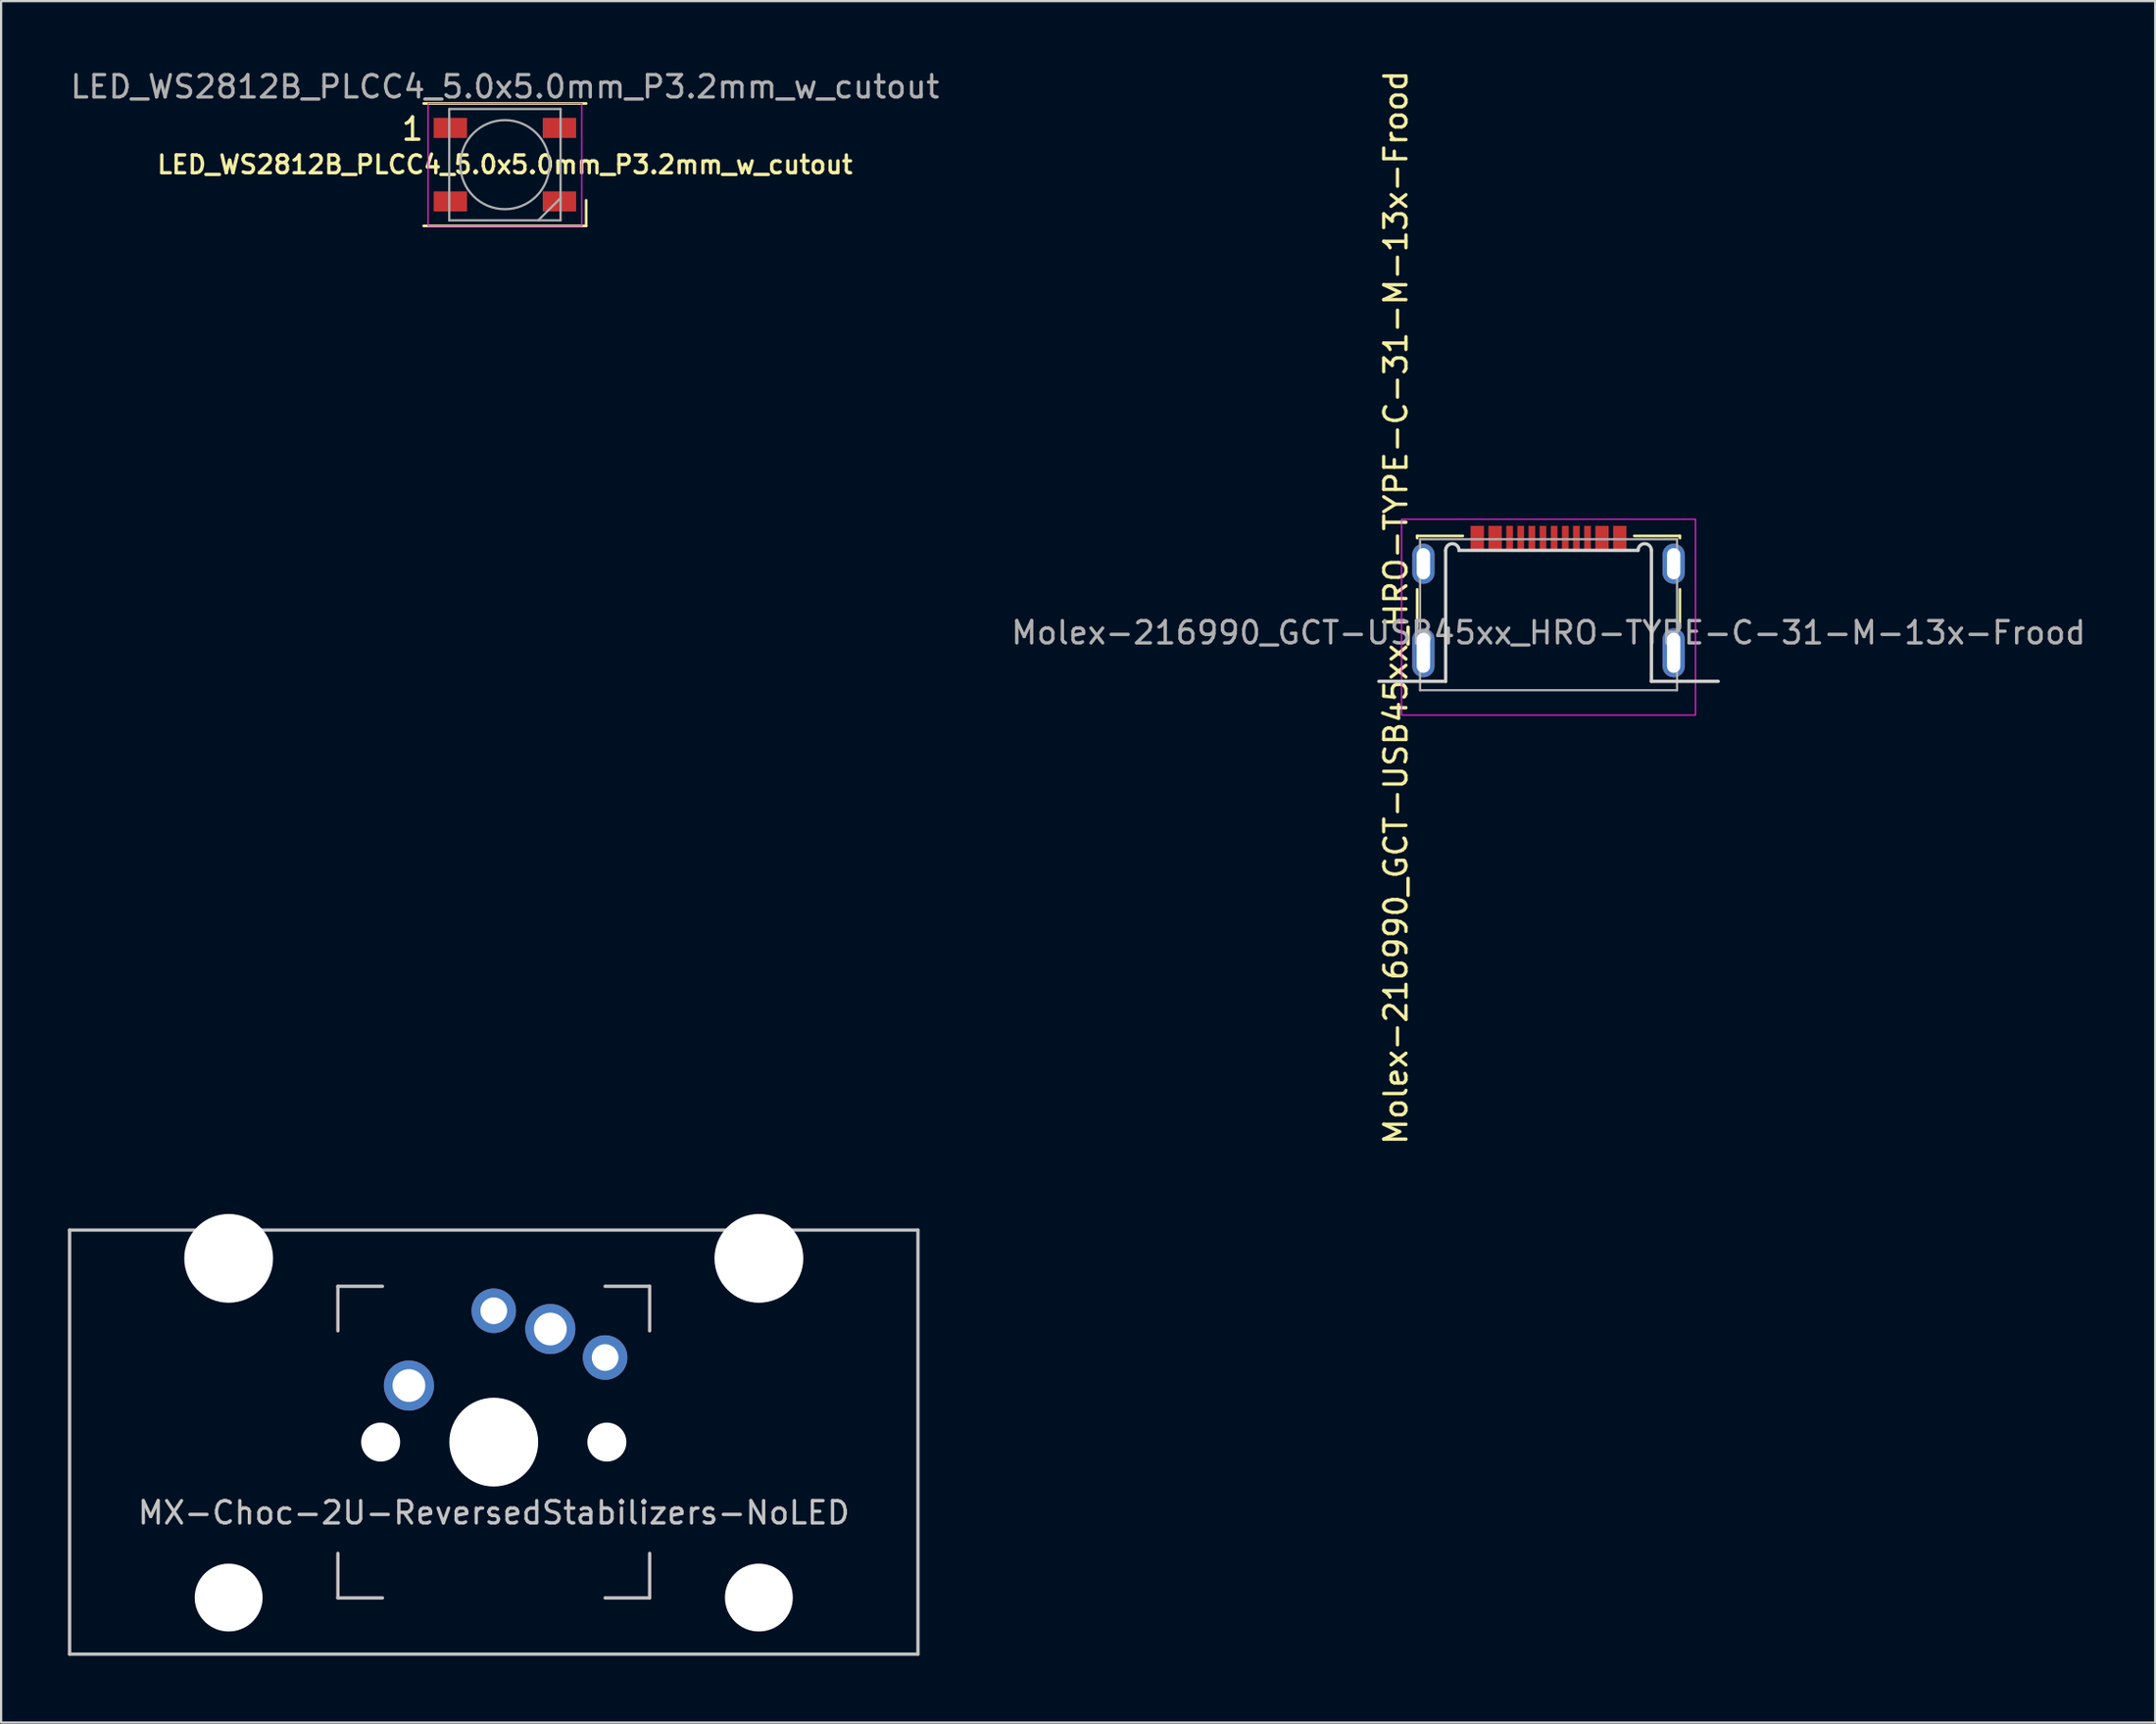
<source format=kicad_pcb>
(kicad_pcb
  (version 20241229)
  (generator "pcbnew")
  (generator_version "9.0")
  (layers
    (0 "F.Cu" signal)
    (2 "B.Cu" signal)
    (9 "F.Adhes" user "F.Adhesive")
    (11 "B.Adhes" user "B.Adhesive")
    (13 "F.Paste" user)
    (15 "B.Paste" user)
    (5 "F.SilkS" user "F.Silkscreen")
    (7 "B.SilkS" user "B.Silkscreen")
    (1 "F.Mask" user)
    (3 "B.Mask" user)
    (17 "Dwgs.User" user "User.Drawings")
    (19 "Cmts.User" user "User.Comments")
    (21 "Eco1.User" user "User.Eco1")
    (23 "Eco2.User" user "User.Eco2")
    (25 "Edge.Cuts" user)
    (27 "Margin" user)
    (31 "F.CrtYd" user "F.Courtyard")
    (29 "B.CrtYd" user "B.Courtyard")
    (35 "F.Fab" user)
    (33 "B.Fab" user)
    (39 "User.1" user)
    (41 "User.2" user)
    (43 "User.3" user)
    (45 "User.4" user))
  (footprint "MX-Choc-2U-ReversedStabilizers-NoLED"
    (layer "F.Cu")
    (at 19.125 61.737)
    (property "Reference" "MX-Choc-2U-ReversedStabilizers-NoLED" (at 0 3.175 0) (layer "Dwgs.User") (effects (font (size 1 1) (thickness 0.15))))
    (attr through_hole)
    (fp_line (start -19.05 -9.525) (end 19.05 -9.525) (stroke (width 0.15) (type solid)) (layer "Dwgs.User"))
    (fp_line (start -19.05 9.525) (end -19.05 -9.525) (stroke (width 0.15) (type solid)) (layer "Dwgs.User"))
    (fp_line (start -19.05 9.525) (end 19.05 9.525) (stroke (width 0.15) (type solid)) (layer "Dwgs.User"))
    (fp_line (start -7 -7) (end -7 -5) (stroke (width 0.15) (type solid)) (layer "Dwgs.User"))
    (fp_line (start -7 5) (end -7 7) (stroke (width 0.15) (type solid)) (layer "Dwgs.User"))
    (fp_line (start -7 7) (end -5 7) (stroke (width 0.15) (type solid)) (layer "Dwgs.User"))
    (fp_line (start -5 -7) (end -7 -7) (stroke (width 0.15) (type solid)) (layer "Dwgs.User"))
    (fp_line (start 5 -7) (end 7 -7) (stroke (width 0.15) (type solid)) (layer "Dwgs.User"))
    (fp_line (start 5 7) (end 7 7) (stroke (width 0.15) (type solid)) (layer "Dwgs.User"))
    (fp_line (start 7 -7) (end 7 -5) (stroke (width 0.15) (type solid)) (layer "Dwgs.User"))
    (fp_line (start 7 7) (end 7 5) (stroke (width 0.15) (type solid)) (layer "Dwgs.User"))
    (fp_line (start 19.05 -9.525) (end 19.05 9.525) (stroke (width 0.15) (type solid)) (layer "Dwgs.User"))
    (pad "" np_thru_hole circle (at -11.906 -8.255) (size 3.988 3.988) (drill 3.988) (layers "*.Cu" "*.Mask"))
    (pad "" np_thru_hole circle (at -11.906 6.985) (size 3.048 3.048) (drill 3.048) (layers "*.Cu" "*.Mask"))
    (pad "" np_thru_hole circle (at -5.08 0 48.1) (size 1.75 1.75) (drill 1.75) (layers "*.Cu" "*.Mask"))
    (pad "" np_thru_hole circle (at 0 0) (size 3.988 3.988) (drill 3.988) (layers "*.Cu" "*.Mask"))
    (pad "" np_thru_hole circle (at 5.08 0 48.1) (size 1.75 1.75) (drill 1.75) (layers "*.Cu" "*.Mask"))
    (pad "" np_thru_hole circle (at 11.906 -8.255) (size 3.988 3.988) (drill 3.988) (layers "*.Cu" "*.Mask"))
    (pad "" np_thru_hole circle (at 11.906 6.985) (size 3.048 3.048) (drill 3.048) (layers "*.Cu" "*.Mask"))
    (pad "1" thru_hole circle (at -3.81 -2.54) (size 2.25 2.25) (drill 1.47) (layers "*.Cu" "B.Mask"))
    (pad "1" thru_hole circle (at 0 -5.9) (size 2 2) (drill 1.2) (layers "*.Cu" "*.Mask"))
    (pad "2" thru_hole circle (at 2.54 -5.08) (size 2.25 2.25) (drill 1.47) (layers "*.Cu" "B.Mask"))
    (pad "2" thru_hole circle (at 5 -3.8) (size 2 2) (drill 1.2) (layers "*.Cu" "*.Mask")))
  (footprint "Molex-216990_GCT-USB45xx_HRO-TYPE-C-31-M-13x-Frood"
    (layer "F.Cu")
    (at 66.494 23.759)
    (property "Reference" "Molex-216990_GCT-USB45xx_HRO-TYPE-C-31-M-13x-Frood" (at -6.858 0.485 90) (unlocked yes) (layer "F.SilkS") (effects (font (size 1 1) (thickness 0.15))))
    (attr smd)
    (fp_line (start -5.9 -2.733) (end -5.9 -2.633) (stroke (width 0.12) (type solid)) (layer "F.SilkS"))
    (fp_line (start -5.9 -0.333) (end -5.9 1.367) (stroke (width 0.12) (type solid)) (layer "F.SilkS"))
    (fp_line (start -3.85 -2.733) (end -5.9 -2.733) (stroke (width 0.12) (type solid)) (layer "F.SilkS"))
    (fp_line (start 5.9 -2.733) (end 3.85 -2.733) (stroke (width 0.12) (type solid)) (layer "F.SilkS"))
    (fp_line (start 5.9 -2.733) (end 5.9 -2.633) (stroke (width 0.12) (type solid)) (layer "F.SilkS"))
    (fp_line (start 5.9 -0.333) (end 5.9 1.367) (stroke (width 0.12) (type solid)) (layer "F.SilkS"))
    (fp_line (start -7.62 3.8) (end -4.62 3.8) (stroke (width 0.15) (type solid)) (layer "Edge.Cuts"))
    (fp_line (start -4.62 3.8) (end -4.62 -2.083) (stroke (width 0.15) (type solid)) (layer "Edge.Cuts"))
    (fp_line (start -4.02 -2.083) (end 4.02 -2.083) (stroke (width 0.15) (type solid)) (layer "Edge.Cuts"))
    (fp_line (start 4.62 -2.083) (end 4.62 3.8) (stroke (width 0.15) (type solid)) (layer "Edge.Cuts"))
    (fp_line (start 4.62 3.8) (end 7.62 3.8) (stroke (width 0.15) (type solid)) (layer "Edge.Cuts"))
    (fp_arc (start -4.62 -2.083) (mid -4.32 -2.383) (end -4.02 -2.083) (stroke (width 0.15) (type solid)) (layer "Edge.Cuts"))
    (fp_arc (start 4.02 -2.083) (mid 4.32 -2.383) (end 4.62 -2.083) (stroke (width 0.15) (type solid)) (layer "Edge.Cuts"))
    (fp_rect (start -6.6 -3.483) (end 6.6 5.317) (stroke (width 0.05) (type solid)) (fill no) (layer "F.CrtYd"))
    (fp_line (start -5.77 -2.583) (end -5.77 4.2) (stroke (width 0.1) (type solid)) (layer "F.Fab"))
    (fp_line (start -5.77 4.2) (end 5.77 4.2) (stroke (width 0.1) (type solid)) (layer "F.Fab"))
    (fp_line (start 5.77 -2.583) (end -5.77 -2.583) (stroke (width 0.1) (type solid)) (layer "F.Fab"))
    (fp_line (start 5.77 4.2) (end 5.77 -2.583) (stroke (width 0.1) (type solid)) (layer "F.Fab"))
    (fp_text user "${REFERENCE}" (at 0 1.617 0) (unlocked yes) (layer "F.Fab") (effects (font (size 1 1) (thickness 0.15))))
    (pad "1" smd rect (at -3.2 -2.643) (size 0.6 1.08) (layers "F.Cu" "F.Mask" "F.Paste"))
    (pad "2" smd rect (at -2.4 -2.643) (size 0.6 1.08) (layers "F.Cu" "F.Mask" "F.Paste"))
    (pad "3" smd rect (at -1.75 -2.643) (size 0.3 1.08) (layers "F.Cu" "F.Mask" "F.Paste"))
    (pad "4" smd rect (at -1.25 -2.643) (size 0.3 1.08) (layers "F.Cu" "F.Mask" "F.Paste"))
    (pad "5" smd rect (at -0.75 -2.643) (size 0.3 1.08) (layers "F.Cu" "F.Mask" "F.Paste"))
    (pad "6" smd rect (at -0.25 -2.643) (size 0.3 1.08) (layers "F.Cu" "F.Mask" "F.Paste"))
    (pad "7" smd rect (at 0.25 -2.643) (size 0.3 1.08) (layers "F.Cu" "F.Mask" "F.Paste"))
    (pad "8" smd rect (at 0.75 -2.643) (size 0.3 1.08) (layers "F.Cu" "F.Mask" "F.Paste"))
    (pad "9" smd rect (at 1.25 -2.643) (size 0.3 1.08) (layers "F.Cu" "F.Mask" "F.Paste"))
    (pad "10" smd rect (at 1.75 -2.643) (size 0.3 1.08) (layers "F.Cu" "F.Mask" "F.Paste"))
    (pad "11" smd rect (at 2.4 -2.643) (size 0.6 1.08) (layers "F.Cu" "F.Mask" "F.Paste"))
    (pad "12" smd rect (at 3.2 -2.643) (size 0.6 1.08) (layers "F.Cu" "F.Mask" "F.Paste"))
    (pad "13" thru_hole oval (at -5.62 -1.483) (size 1 1.8) (drill oval 0.6 1.4) (layers "*.Cu" "*.Mask"))
    (pad "13" thru_hole oval (at -5.62 2.517) (size 1 2.2) (drill oval 0.6 1.8) (layers "*.Cu" "*.Mask"))
    (pad "13" thru_hole oval (at 5.62 -1.483) (size 1 1.8) (drill oval 0.6 1.4) (layers "*.Cu" "*.Mask"))
    (pad "13" thru_hole oval (at 5.62 2.517) (size 1 2.2) (drill oval 0.6 1.8) (layers "*.Cu" "*.Mask")))
  (footprint "LED_WS2812B_PLCC4_5.0x5.0mm_P3.2mm_w_cutout"
    (layer "F.Cu")
    (at 19.625 4.348)
    (property "Reference" "LED_WS2812B_PLCC4_5.0x5.0mm_P3.2mm_w_cutout" (at 0 -3.5 0) (layer "F.Fab") (effects (font (size 1 1) (thickness 0.15))))
    (attr smd)
    (fp_line (start -3.65 -2.75) (end 3.65 -2.75) (stroke (width 0.12) (type solid)) (layer "F.SilkS"))
    (fp_line (start -3.65 2.75) (end 3.65 2.75) (stroke (width 0.12) (type solid)) (layer "F.SilkS"))
    (fp_line (start 3.65 2.75) (end 3.65 1.6) (stroke (width 0.12) (type solid)) (layer "F.SilkS"))
    (fp_line (start -3.45 -2.75) (end -3.45 2.75) (stroke (width 0.05) (type solid)) (layer "F.CrtYd"))
    (fp_line (start -3.45 2.75) (end 3.45 2.75) (stroke (width 0.05) (type solid)) (layer "F.CrtYd"))
    (fp_line (start 3.45 -2.75) (end -3.45 -2.75) (stroke (width 0.05) (type solid)) (layer "F.CrtYd"))
    (fp_line (start 3.45 2.75) (end 3.45 -2.75) (stroke (width 0.05) (type solid)) (layer "F.CrtYd"))
    (fp_line (start -2.5 -2.5) (end -2.5 2.5) (stroke (width 0.1) (type solid)) (layer "F.Fab"))
    (fp_line (start -2.5 2.5) (end 2.5 2.5) (stroke (width 0.1) (type solid)) (layer "F.Fab"))
    (fp_line (start 2.5 -2.5) (end -2.5 -2.5) (stroke (width 0.1) (type solid)) (layer "F.Fab"))
    (fp_line (start 2.5 1.5) (end 1.5 2.5) (stroke (width 0.1) (type solid)) (layer "F.Fab"))
    (fp_line (start 2.5 2.5) (end 2.5 -2.5) (stroke (width 0.1) (type solid)) (layer "F.Fab"))
    (fp_circle (center 0 0) (end 0 -2) (stroke (width 0.1) (type solid)) (fill no) (layer "F.Fab"))
    (fp_line (start -3.4 1.8) (end -3.4 -1.8) (stroke (width 0.15) (type default)) (layer "User.5"))
    (fp_line (start -2.5 -2.7) (end 2.5 -2.7) (stroke (width 0.15) (type default)) (layer "User.5"))
    (fp_line (start 2.5 2.7) (end -2.5 2.7) (stroke (width 0.15) (type default)) (layer "User.5"))
    (fp_line (start 3.4 -1.8) (end 3.4 1.8) (stroke (width 0.15) (type default)) (layer "User.5"))
    (fp_arc (start -3.4 -1.8) (mid -3.136396 -2.436396) (end -2.5 -2.7) (stroke (width 0.15) (type default)) (layer "User.5"))
    (fp_arc (start -2.5 2.7) (mid -3.136396 2.436396) (end -3.4 1.8) (stroke (width 0.15) (type default)) (layer "User.5"))
    (fp_arc (start 2.5 -2.7) (mid 3.136396 -2.436396) (end 3.4 -1.8) (stroke (width 0.15) (type default)) (layer "User.5"))
    (fp_arc (start 3.4 1.8) (mid 3.136396 2.436396) (end 2.5 2.7) (stroke (width 0.15) (type default)) (layer "User.5"))
    (fp_text user "${REFERENCE}" (at 0 0 0) (layer "F.SilkS") (effects (font (size 0.8 0.8) (thickness 0.15))))
    (fp_text user "1" (at -4.15 -1.6 0) (layer "F.SilkS") (effects (font (size 1 1) (thickness 0.15))))
    (pad "1" smd rect (at -2.45 -1.65) (size 1.5 0.9) (layers "F.Cu" "F.Mask" "F.Paste"))
    (pad "2" smd rect (at -2.45 1.65) (size 1.5 0.9) (layers "F.Cu" "F.Mask" "F.Paste"))
    (pad "3" smd rect (at 2.45 1.65) (size 1.5 0.9) (layers "F.Cu" "F.Mask" "F.Paste"))
    (pad "4" smd rect (at 2.45 -1.65) (size 1.5 0.9) (layers "F.Cu" "F.Mask" "F.Paste")))
  (gr_rect
    (start -3 -3)
    (end 93.738 74.337)
    (stroke (width 0.1) (type default))
    (fill no)
    (layer "Edge.Cuts")))
</source>
